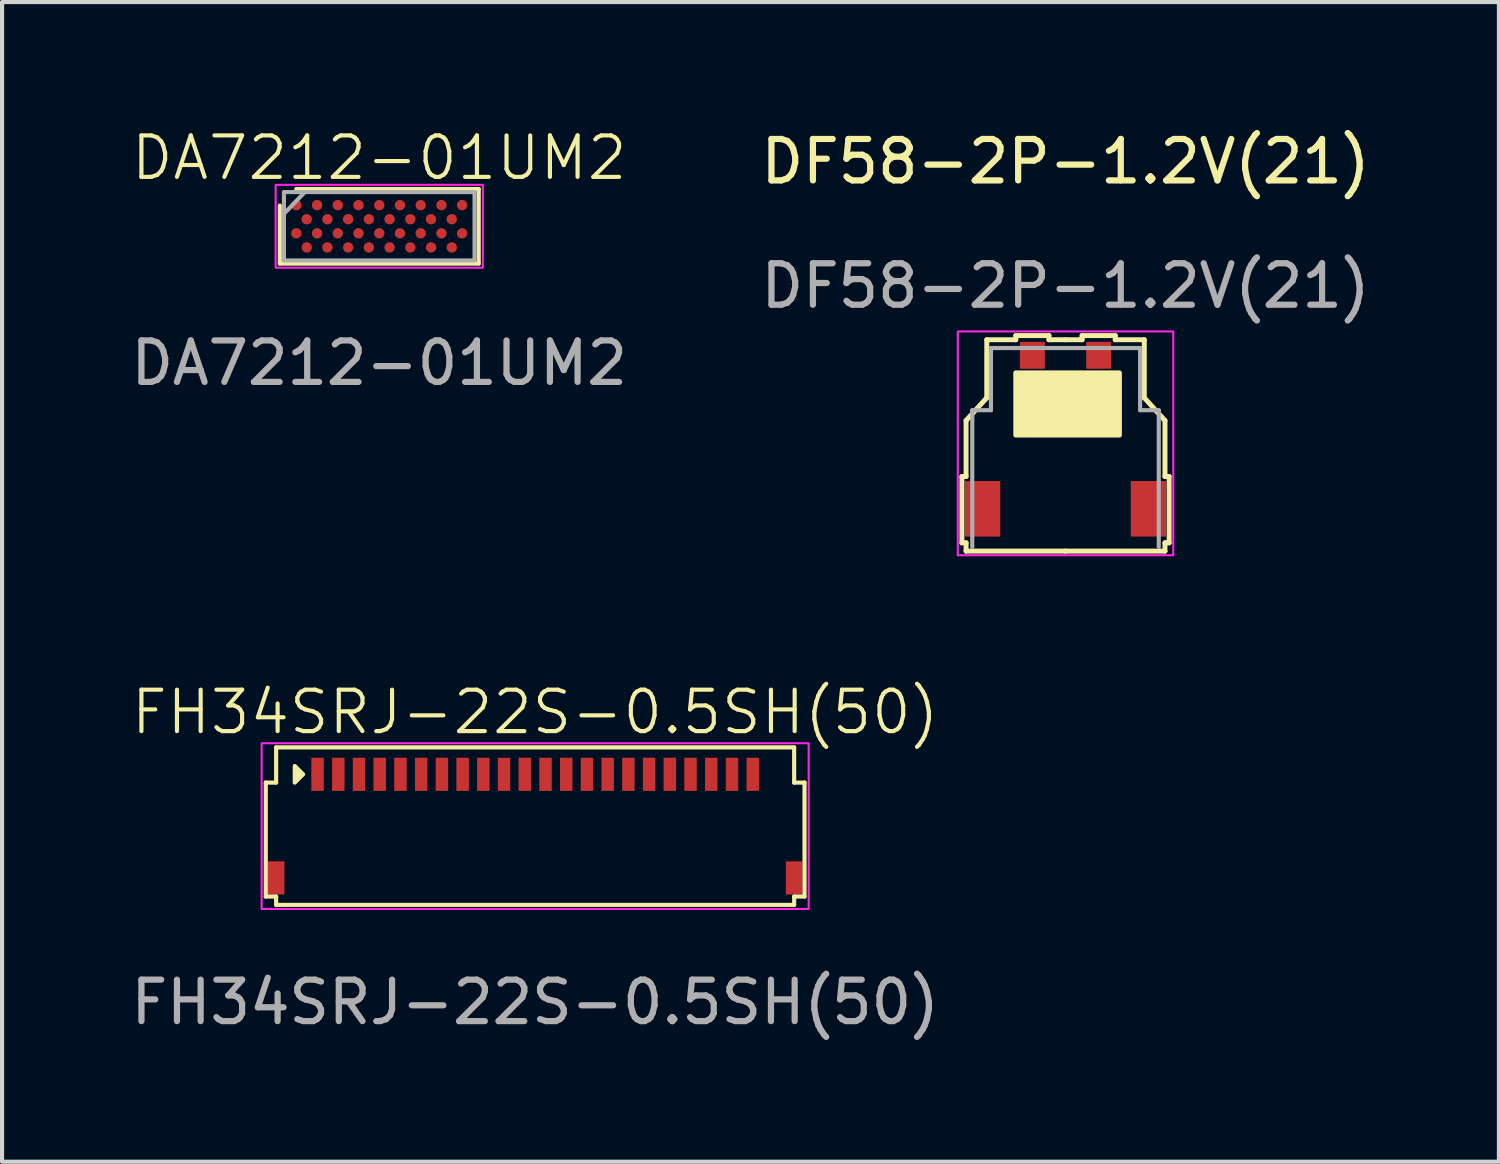
<source format=kicad_pcb>
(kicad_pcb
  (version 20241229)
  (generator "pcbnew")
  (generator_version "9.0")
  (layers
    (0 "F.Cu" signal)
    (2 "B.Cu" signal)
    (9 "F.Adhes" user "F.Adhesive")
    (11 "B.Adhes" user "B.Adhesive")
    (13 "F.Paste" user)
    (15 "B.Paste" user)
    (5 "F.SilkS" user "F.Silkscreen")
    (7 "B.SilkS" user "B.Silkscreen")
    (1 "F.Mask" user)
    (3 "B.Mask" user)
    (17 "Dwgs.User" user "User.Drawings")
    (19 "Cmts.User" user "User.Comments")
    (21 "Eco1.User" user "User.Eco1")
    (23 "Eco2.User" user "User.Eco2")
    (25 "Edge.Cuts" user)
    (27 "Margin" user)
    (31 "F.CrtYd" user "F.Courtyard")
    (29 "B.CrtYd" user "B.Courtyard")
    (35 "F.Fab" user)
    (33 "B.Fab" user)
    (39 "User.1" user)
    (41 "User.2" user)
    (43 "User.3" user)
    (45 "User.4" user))
  (footprint "DF58-2P-1.2V(21)"
    (layer "F.Cu")
    (at 22.661 5.348)
    (property "Reference" "DF58-2P-1.2V(21)" (at 0 -4.5 0) (unlocked yes) (layer "F.SilkS") (effects (font (size 1 1) (thickness 0.15))))
    (attr smd)
    (fp_line (start -2.5 3.1) (end -2.5 4.7) (stroke (width 0.12) (type solid)) (layer "F.SilkS"))
    (fp_line (start -2.5 4.7) (end -2.4 4.7) (stroke (width 0.12) (type solid)) (layer "F.SilkS"))
    (fp_line (start -2.4 1.75) (end -2.4 3.1) (stroke (width 0.12) (type solid)) (layer "F.SilkS"))
    (fp_line (start -2.4 3.1) (end -2.5 3.1) (stroke (width 0.12) (type solid)) (layer "F.SilkS"))
    (fp_line (start -2.4 4.7) (end -2.4 4.9) (stroke (width 0.12) (type solid)) (layer "F.SilkS"))
    (fp_line (start -2.4 4.9) (end 0 4.9) (stroke (width 0.12) (type solid)) (layer "F.SilkS"))
    (fp_line (start -1.9 -0.2) (end -1.9 1.2) (stroke (width 0.12) (type solid)) (layer "F.SilkS"))
    (fp_line (start -1.9 1.2) (end -2.4 1.75) (stroke (width 0.12) (type solid)) (layer "F.SilkS"))
    (fp_line (start -1.2 -0.3) (end -1.2 -0.2) (stroke (width 0.12) (type solid)) (layer "F.SilkS"))
    (fp_line (start -1.2 -0.2) (end -1.9 -0.2) (stroke (width 0.12) (type solid)) (layer "F.SilkS"))
    (fp_line (start -0.4 -0.3) (end -1.2 -0.3) (stroke (width 0.12) (type solid)) (layer "F.SilkS"))
    (fp_line (start -0.4 -0.2) (end -0.4 -0.3) (stroke (width 0.12) (type solid)) (layer "F.SilkS"))
    (fp_line (start 0 -0.2) (end -0.4 -0.2) (stroke (width 0.12) (type solid)) (layer "F.SilkS"))
    (fp_line (start 0 -0.2) (end 0.4 -0.2) (stroke (width 0.12) (type solid)) (layer "F.SilkS"))
    (fp_line (start 0.4 -0.3) (end 1.2 -0.3) (stroke (width 0.12) (type solid)) (layer "F.SilkS"))
    (fp_line (start 0.4 -0.2) (end 0.4 -0.3) (stroke (width 0.12) (type solid)) (layer "F.SilkS"))
    (fp_line (start 1.2 -0.3) (end 1.2 -0.2) (stroke (width 0.12) (type solid)) (layer "F.SilkS"))
    (fp_line (start 1.2 -0.2) (end 1.9 -0.2) (stroke (width 0.12) (type solid)) (layer "F.SilkS"))
    (fp_line (start 1.9 -0.2) (end 1.9 1.2) (stroke (width 0.12) (type solid)) (layer "F.SilkS"))
    (fp_line (start 1.9 1.2) (end 2.4 1.75) (stroke (width 0.12) (type solid)) (layer "F.SilkS"))
    (fp_line (start 2.4 1.75) (end 2.4 3.1) (stroke (width 0.12) (type solid)) (layer "F.SilkS"))
    (fp_line (start 2.4 3.1) (end 2.5 3.1) (stroke (width 0.12) (type solid)) (layer "F.SilkS"))
    (fp_line (start 2.4 4.7) (end 2.4 4.9) (stroke (width 0.12) (type solid)) (layer "F.SilkS"))
    (fp_line (start 2.4 4.9) (end 0 4.9) (stroke (width 0.12) (type solid)) (layer "F.SilkS"))
    (fp_line (start 2.5 3.1) (end 2.5 4.7) (stroke (width 0.12) (type solid)) (layer "F.SilkS"))
    (fp_line (start 2.5 4.7) (end 2.4 4.7) (stroke (width 0.12) (type solid)) (layer "F.SilkS"))
    (fp_rect (start -1.2 0.6) (end 1.3 2.1) (stroke (width 0.12) (type solid)) (fill yes) (layer "F.SilkS"))
    (fp_rect (start -2.6 -0.4) (end 2.6 5) (stroke (width 0.05) (type solid)) (fill no) (layer "F.CrtYd"))
    (fp_line (start -2.25 1.5) (end -2.25 4.8) (stroke (width 0.1) (type solid)) (layer "F.Fab"))
    (fp_line (start -1.8 0) (end -1.8 1.5) (stroke (width 0.1) (type solid)) (layer "F.Fab"))
    (fp_line (start -1.8 1.5) (end -2.25 1.5) (stroke (width 0.1) (type solid)) (layer "F.Fab"))
    (fp_line (start 0 0) (end -1.8 0) (stroke (width 0.1) (type solid)) (layer "F.Fab"))
    (fp_line (start 0 0) (end 1.8 0) (stroke (width 0.1) (type solid)) (layer "F.Fab"))
    (fp_line (start 1.8 0) (end 1.8 1.5) (stroke (width 0.1) (type solid)) (layer "F.Fab"))
    (fp_line (start 1.8 1.5) (end 2.25 1.5) (stroke (width 0.1) (type solid)) (layer "F.Fab"))
    (fp_line (start 2.25 1.5) (end 2.25 4.8) (stroke (width 0.1) (type solid)) (layer "F.Fab"))
    (fp_text user "${REFERENCE}" (at 0 -1.5 0) (unlocked yes) (layer "F.Fab") (effects (font (size 1 1) (thickness 0.15))))
    (pad "" smd rect (at -2 3.88) (size 0.85 1.34) (layers "F.Cu" "F.Mask" "F.Paste"))
    (pad "" smd rect (at 2 3.88) (size 0.85 1.34) (layers "F.Cu" "F.Mask" "F.Paste"))
    (pad "1" smd rect (at -0.8 0.175) (size 0.6 0.65) (layers "F.Cu" "F.Mask" "F.Paste"))
    (pad "2" smd rect (at 0.8 0.175) (size 0.6 0.65) (layers "F.Cu" "F.Mask" "F.Paste")))
  (footprint "FH34SRJ-22S-0.5SH(50)"
    (layer "F.Cu")
    (at 9.863 18.784)
    (property "Reference" "FH34SRJ-22S-0.5SH(50)" (at 0 -4.65 0) (unlocked yes) (layer "F.SilkS") (effects (font (size 1 1) (thickness 0.1))))
    (attr smd)
    (fp_line (start -6.5 -2.95) (end -6.5 -0.2) (stroke (width 0.1) (type default)) (layer "F.SilkS"))
    (fp_line (start -6.25 -3.8) (end -6.25 -2.95) (stroke (width 0.1) (type default)) (layer "F.SilkS"))
    (fp_line (start -6.25 -3.8) (end 6.25 -3.8) (stroke (width 0.1) (type default)) (layer "F.SilkS"))
    (fp_line (start -6.25 -2.95) (end -6.5 -2.95) (stroke (width 0.1) (type default)) (layer "F.SilkS"))
    (fp_line (start -6.25 -0.2) (end -6.5 -0.2) (stroke (width 0.1) (type default)) (layer "F.SilkS"))
    (fp_line (start -6.25 -0.2) (end -6.25 0) (stroke (width 0.1) (type default)) (layer "F.SilkS"))
    (fp_line (start -6.25 0) (end 6.25 0) (stroke (width 0.1) (type default)) (layer "F.SilkS"))
    (fp_line (start 6.25 -3.8) (end 6.25 -2.95) (stroke (width 0.1) (type default)) (layer "F.SilkS"))
    (fp_line (start 6.25 -2.95) (end 6.5 -2.95) (stroke (width 0.1) (type default)) (layer "F.SilkS"))
    (fp_line (start 6.25 -0.2) (end 6.5 -0.2) (stroke (width 0.1) (type default)) (layer "F.SilkS"))
    (fp_line (start 6.25 0) (end 6.25 -0.2) (stroke (width 0.1) (type default)) (layer "F.SilkS"))
    (fp_line (start 6.5 -2.95) (end 6.5 -0.2) (stroke (width 0.1) (type default)) (layer "F.SilkS"))
    (fp_poly (pts (xy -5.8 -3.35) (xy -5.6 -3.15) (xy -5.8 -2.95)) (stroke (width 0.1) (type solid)) (fill yes) (layer "F.SilkS"))
    (fp_rect (start -6.6 0.1) (end 6.6 -3.9) (stroke (width 0.05) (type default)) (fill no) (layer "F.CrtYd"))
    (fp_rect (start -6.5 -3.8) (end 6.5 0) (stroke (width 0.1) (type default)) (fill no) (layer "User.1"))
    (fp_text user "${REFERENCE}" (at 0 2.35 0) (unlocked yes) (layer "F.Fab") (effects (font (size 1 1) (thickness 0.15))))
    (pad "1" smd rect (at -5.25 -3.15) (size 0.3 0.8) (layers "F.Cu" "F.Mask" "F.Paste"))
    (pad "2" smd rect (at -4.75 -3.15) (size 0.3 0.8) (layers "F.Cu" "F.Mask" "F.Paste"))
    (pad "3" smd rect (at -4.25 -3.15) (size 0.3 0.8) (layers "F.Cu" "F.Mask" "F.Paste"))
    (pad "4" smd rect (at -3.75 -3.15) (size 0.3 0.8) (layers "F.Cu" "F.Mask" "F.Paste"))
    (pad "5" smd rect (at -3.25 -3.15) (size 0.3 0.8) (layers "F.Cu" "F.Mask" "F.Paste"))
    (pad "6" smd rect (at -2.75 -3.15) (size 0.3 0.8) (layers "F.Cu" "F.Mask" "F.Paste"))
    (pad "7" smd rect (at -2.25 -3.15) (size 0.3 0.8) (layers "F.Cu" "F.Mask" "F.Paste"))
    (pad "8" smd rect (at -1.75 -3.15) (size 0.3 0.8) (layers "F.Cu" "F.Mask" "F.Paste"))
    (pad "9" smd rect (at -1.25 -3.15) (size 0.3 0.8) (layers "F.Cu" "F.Mask" "F.Paste"))
    (pad "10" smd rect (at -0.75 -3.15) (size 0.3 0.8) (layers "F.Cu" "F.Mask" "F.Paste"))
    (pad "11" smd rect (at -0.25 -3.15) (size 0.3 0.8) (layers "F.Cu" "F.Mask" "F.Paste"))
    (pad "12" smd rect (at 0.25 -3.15) (size 0.3 0.8) (layers "F.Cu" "F.Mask" "F.Paste"))
    (pad "13" smd rect (at 0.75 -3.15) (size 0.3 0.8) (layers "F.Cu" "F.Mask" "F.Paste"))
    (pad "14" smd rect (at 1.25 -3.15) (size 0.3 0.8) (layers "F.Cu" "F.Mask" "F.Paste"))
    (pad "15" smd rect (at 1.75 -3.15) (size 0.3 0.8) (layers "F.Cu" "F.Mask" "F.Paste"))
    (pad "16" smd rect (at 2.25 -3.15) (size 0.3 0.8) (layers "F.Cu" "F.Mask" "F.Paste"))
    (pad "17" smd rect (at 2.75 -3.15) (size 0.3 0.8) (layers "F.Cu" "F.Mask" "F.Paste"))
    (pad "18" smd rect (at 3.25 -3.15) (size 0.3 0.8) (layers "F.Cu" "F.Mask" "F.Paste"))
    (pad "19" smd rect (at 3.75 -3.15) (size 0.3 0.8) (layers "F.Cu" "F.Mask" "F.Paste"))
    (pad "20" smd rect (at 4.25 -3.15) (size 0.3 0.8) (layers "F.Cu" "F.Mask" "F.Paste"))
    (pad "21" smd rect (at 4.75 -3.15) (size 0.3 0.8) (layers "F.Cu" "F.Mask" "F.Paste"))
    (pad "22" smd rect (at 5.25 -3.15) (size 0.3 0.8) (layers "F.Cu" "F.Mask" "F.Paste"))
    (pad "MP1" smd rect (at -6.25 -0.65) (size 0.4 0.8) (layers "F.Cu" "F.Mask" "F.Paste"))
    (pad "MP2" smd rect (at 6.25 -0.65) (size 0.4 0.8) (layers "F.Cu" "F.Mask" "F.Paste")))
  (footprint "DA7212-01UM2"
    (layer "F.Cu")
    (at 6.101 2.41)
    (property "Reference" "DA7212-01UM2" (at 0 -1.65 0) (unlocked yes) (layer "F.SilkS") (effects (font (size 1 1) (thickness 0.1))))
    (attr smd)
    (fp_line (start -2.4 0.9) (end -2.4 -0.5) (stroke (width 0.1) (type default)) (layer "F.SilkS"))
    (fp_line (start -2 -0.9) (end 2.4 -0.9) (stroke (width 0.1) (type default)) (layer "F.SilkS"))
    (fp_line (start 2.4 -0.9) (end 2.4 0.9) (stroke (width 0.1) (type default)) (layer "F.SilkS"))
    (fp_line (start 2.4 0.9) (end -2.4 0.9) (stroke (width 0.1) (type default)) (layer "F.SilkS"))
    (fp_rect (start -2.5 -1) (end 2.5 1) (stroke (width 0.05) (type default)) (fill no) (layer "F.CrtYd"))
    (fp_line (start -1.8 -0.82) (end -2.3 -0.3) (stroke (width 0.1) (type default)) (layer "F.Fab"))
    (fp_rect (start -2.3 -0.825) (end 2.3 0.825) (stroke (width 0.1) (type default)) (fill no) (layer "F.Fab"))
    (fp_text user "${REFERENCE}" (at 0 3.3 0) (unlocked yes) (layer "F.Fab") (effects (font (size 1 1) (thickness 0.15))))
    (pad "A1" smd circle (at -2 -0.51) (size 0.25 0.25) (layers "F.Cu" "F.Mask" "F.Paste"))
    (pad "A3" smd circle (at -1.5 -0.51) (size 0.25 0.25) (layers "F.Cu" "F.Mask" "F.Paste"))
    (pad "A5" smd circle (at -1 -0.51) (size 0.25 0.25) (layers "F.Cu" "F.Mask" "F.Paste"))
    (pad "A7" smd circle (at -0.5 -0.51) (size 0.25 0.25) (layers "F.Cu" "F.Mask" "F.Paste"))
    (pad "A9" smd circle (at 0 -0.51) (size 0.25 0.25) (layers "F.Cu" "F.Mask" "F.Paste"))
    (pad "A11" smd circle (at 0.5 -0.51) (size 0.25 0.25) (layers "F.Cu" "F.Mask" "F.Paste"))
    (pad "A13" smd circle (at 1 -0.51) (size 0.25 0.25) (layers "F.Cu" "F.Mask" "F.Paste"))
    (pad "A15" smd circle (at 1.5 -0.51) (size 0.25 0.25) (layers "F.Cu" "F.Mask" "F.Paste"))
    (pad "A17" smd circle (at 2 -0.51) (size 0.25 0.25) (layers "F.Cu" "F.Mask" "F.Paste"))
    (pad "B2" smd circle (at -1.75 -0.17) (size 0.25 0.25) (layers "F.Cu" "F.Mask" "F.Paste"))
    (pad "B4" smd circle (at -1.25 -0.17) (size 0.25 0.25) (layers "F.Cu" "F.Mask" "F.Paste"))
    (pad "B6" smd circle (at -0.75 -0.17) (size 0.25 0.25) (layers "F.Cu" "F.Mask" "F.Paste"))
    (pad "B8" smd circle (at -0.25 -0.17) (size 0.25 0.25) (layers "F.Cu" "F.Mask" "F.Paste"))
    (pad "B10" smd circle (at 0.25 -0.17) (size 0.25 0.25) (layers "F.Cu" "F.Mask" "F.Paste"))
    (pad "B12" smd circle (at 0.75 -0.17) (size 0.25 0.25) (layers "F.Cu" "F.Mask" "F.Paste"))
    (pad "B14" smd circle (at 1.25 -0.17) (size 0.25 0.25) (layers "F.Cu" "F.Mask" "F.Paste"))
    (pad "B16" smd circle (at 1.75 -0.17) (size 0.25 0.25) (layers "F.Cu" "F.Mask" "F.Paste"))
    (pad "C1" smd circle (at -2 0.17) (size 0.25 0.25) (layers "F.Cu" "F.Mask" "F.Paste"))
    (pad "C3" smd circle (at -1.5 0.17) (size 0.25 0.25) (layers "F.Cu" "F.Mask" "F.Paste"))
    (pad "C5" smd circle (at -1 0.17) (size 0.25 0.25) (layers "F.Cu" "F.Mask" "F.Paste"))
    (pad "C7" smd circle (at -0.5 0.17) (size 0.25 0.25) (layers "F.Cu" "F.Mask" "F.Paste"))
    (pad "C9" smd circle (at 0 0.17) (size 0.25 0.25) (layers "F.Cu" "F.Mask" "F.Paste"))
    (pad "C11" smd circle (at 0.5 0.17) (size 0.25 0.25) (layers "F.Cu" "F.Mask" "F.Paste"))
    (pad "C13" smd circle (at 1 0.17) (size 0.25 0.25) (layers "F.Cu" "F.Mask" "F.Paste"))
    (pad "C15" smd circle (at 1.5 0.17) (size 0.25 0.25) (layers "F.Cu" "F.Mask" "F.Paste"))
    (pad "C17" smd circle (at 2 0.17) (size 0.25 0.25) (layers "F.Cu" "F.Mask" "F.Paste"))
    (pad "D2" smd circle (at -1.75 0.51) (size 0.25 0.25) (layers "F.Cu" "F.Mask" "F.Paste"))
    (pad "D4" smd circle (at -1.25 0.51) (size 0.25 0.25) (layers "F.Cu" "F.Mask" "F.Paste"))
    (pad "D6" smd circle (at -0.75 0.51) (size 0.25 0.25) (layers "F.Cu" "F.Mask" "F.Paste"))
    (pad "D8" smd circle (at -0.25 0.51) (size 0.25 0.25) (layers "F.Cu" "F.Mask" "F.Paste"))
    (pad "D10" smd circle (at 0.25 0.51) (size 0.25 0.25) (layers "F.Cu" "F.Mask" "F.Paste"))
    (pad "D12" smd circle (at 0.75 0.51) (size 0.25 0.25) (layers "F.Cu" "F.Mask" "F.Paste"))
    (pad "D14" smd circle (at 1.25 0.51) (size 0.25 0.25) (layers "F.Cu" "F.Mask" "F.Paste"))
    (pad "D16" smd circle (at 1.75 0.51) (size 0.25 0.25) (layers "F.Cu" "F.Mask" "F.Paste")))
  (gr_rect
    (start -3 -3)
    (end 33.119 24.982)
    (stroke (width 0.1) (type default))
    (fill no)
    (layer "Edge.Cuts")))
</source>
